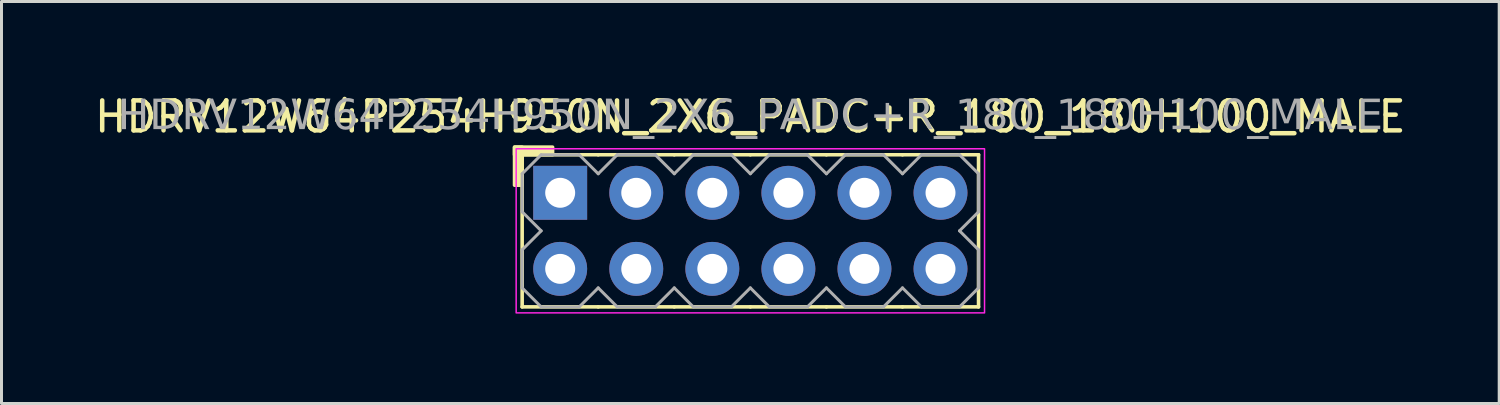
<source format=kicad_pcb>
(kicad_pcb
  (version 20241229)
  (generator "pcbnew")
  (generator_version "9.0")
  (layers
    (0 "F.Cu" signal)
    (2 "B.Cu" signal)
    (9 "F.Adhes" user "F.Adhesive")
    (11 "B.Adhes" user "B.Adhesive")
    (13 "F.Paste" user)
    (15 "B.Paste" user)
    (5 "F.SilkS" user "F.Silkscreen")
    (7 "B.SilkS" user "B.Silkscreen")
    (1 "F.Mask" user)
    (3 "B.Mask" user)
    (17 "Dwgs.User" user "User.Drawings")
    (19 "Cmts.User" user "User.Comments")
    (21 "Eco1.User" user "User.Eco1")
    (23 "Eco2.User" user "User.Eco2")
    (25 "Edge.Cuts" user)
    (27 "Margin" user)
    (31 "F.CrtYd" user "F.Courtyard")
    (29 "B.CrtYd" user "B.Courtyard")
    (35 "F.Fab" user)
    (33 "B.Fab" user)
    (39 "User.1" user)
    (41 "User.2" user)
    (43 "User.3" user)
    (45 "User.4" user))
  (footprint "HDRV12W64P254H950N_2X6_PADC+R_180_180H100_MALE"
    (layer "F.Cu")
    (at 22.006 4.658)
    (property "Reference" "HDRV12W64P254H950N_2X6_PADC+R_180_180H100_MALE" (at 0 -3.81 0) (layer "F.SilkS") (effects (font (size 1 1) (thickness 0.15))))
    (attr through_hole)
    (fp_line (start -7.62 2.54) (end -7.62 -2.54) (stroke (width 0.12) (type solid)) (layer "F.SilkS"))
    (fp_line (start -5.08 -2.54) (end -7.62 -2.54) (stroke (width 0.12) (type solid)) (layer "F.SilkS"))
    (fp_line (start -5.08 2.54) (end -7.62 2.54) (stroke (width 0.12) (type solid)) (layer "F.SilkS"))
    (fp_line (start -2.54 -2.54) (end -5.08 -2.54) (stroke (width 0.12) (type solid)) (layer "F.SilkS"))
    (fp_line (start -2.54 2.54) (end -5.08 2.54) (stroke (width 0.12) (type solid)) (layer "F.SilkS"))
    (fp_line (start 0 -2.54) (end -2.54 -2.54) (stroke (width 0.12) (type solid)) (layer "F.SilkS"))
    (fp_line (start 0 2.54) (end -2.54 2.54) (stroke (width 0.12) (type solid)) (layer "F.SilkS"))
    (fp_line (start 2.54 -2.54) (end 0 -2.54) (stroke (width 0.12) (type solid)) (layer "F.SilkS"))
    (fp_line (start 2.54 2.54) (end 0 2.54) (stroke (width 0.12) (type solid)) (layer "F.SilkS"))
    (fp_line (start 5.08 -2.54) (end 2.54 -2.54) (stroke (width 0.12) (type solid)) (layer "F.SilkS"))
    (fp_line (start 5.08 2.54) (end 2.54 2.54) (stroke (width 0.12) (type solid)) (layer "F.SilkS"))
    (fp_line (start 7.62 -2.54) (end 5.08 -2.54) (stroke (width 0.12) (type solid)) (layer "F.SilkS"))
    (fp_line (start 7.62 2.54) (end 5.08 2.54) (stroke (width 0.12) (type solid)) (layer "F.SilkS"))
    (fp_line (start 7.62 2.54) (end 7.62 -2.54) (stroke (width 0.12) (type solid)) (layer "F.SilkS"))
    (fp_rect (start -7.874 -1.524) (end -7.62 -2.794) (stroke (width 0.12) (type solid)) (fill yes) (layer "F.SilkS"))
    (fp_rect (start -6.604 -2.54) (end -7.874 -2.794) (stroke (width 0.12) (type solid)) (fill yes) (layer "F.SilkS"))
    (fp_rect (start -7.82 -2.74) (end 7.82 2.74) (stroke (width 0.05) (type default)) (fill no) (layer "F.CrtYd"))
    (fp_line (start -7.62 -1.905) (end -7.62 -0.635) (stroke (width 0.1) (type solid)) (layer "F.Fab"))
    (fp_line (start -7.62 -1.905) (end -6.985 -2.54) (stroke (width 0.1) (type solid)) (layer "F.Fab"))
    (fp_line (start -7.62 0.635) (end -7.62 1.905) (stroke (width 0.1) (type solid)) (layer "F.Fab"))
    (fp_line (start -6.985 -2.54) (end -5.715 -2.54) (stroke (width 0.1) (type solid)) (layer "F.Fab"))
    (fp_line (start -6.985 0) (end -7.62 -0.635) (stroke (width 0.1) (type solid)) (layer "F.Fab"))
    (fp_line (start -6.985 0) (end -7.62 0.635) (stroke (width 0.1) (type solid)) (layer "F.Fab"))
    (fp_line (start -6.985 2.54) (end -7.62 1.905) (stroke (width 0.1) (type solid)) (layer "F.Fab"))
    (fp_line (start -5.715 -2.54) (end -5.08 -1.905) (stroke (width 0.1) (type solid)) (layer "F.Fab"))
    (fp_line (start -5.715 2.54) (end -6.985 2.54) (stroke (width 0.1) (type solid)) (layer "F.Fab"))
    (fp_line (start -5.08 -1.905) (end -4.445 -2.54) (stroke (width 0.1) (type solid)) (layer "F.Fab"))
    (fp_line (start -5.08 1.905) (end -5.715 2.54) (stroke (width 0.1) (type solid)) (layer "F.Fab"))
    (fp_line (start -4.445 -2.54) (end -3.175 -2.54) (stroke (width 0.1) (type solid)) (layer "F.Fab"))
    (fp_line (start -4.445 2.54) (end -5.08 1.905) (stroke (width 0.1) (type solid)) (layer "F.Fab"))
    (fp_line (start -3.175 -2.54) (end -2.54 -1.905) (stroke (width 0.1) (type solid)) (layer "F.Fab"))
    (fp_line (start -3.175 2.54) (end -4.445 2.54) (stroke (width 0.1) (type solid)) (layer "F.Fab"))
    (fp_line (start -2.54 -1.905) (end -1.905 -2.54) (stroke (width 0.1) (type solid)) (layer "F.Fab"))
    (fp_line (start -2.54 1.905) (end -3.175 2.54) (stroke (width 0.1) (type solid)) (layer "F.Fab"))
    (fp_line (start -1.905 -2.54) (end -0.635 -2.54) (stroke (width 0.1) (type solid)) (layer "F.Fab"))
    (fp_line (start -1.905 2.54) (end -2.54 1.905) (stroke (width 0.1) (type solid)) (layer "F.Fab"))
    (fp_line (start -0.635 -2.54) (end 0 -1.905) (stroke (width 0.1) (type solid)) (layer "F.Fab"))
    (fp_line (start -0.635 2.54) (end -1.905 2.54) (stroke (width 0.1) (type solid)) (layer "F.Fab"))
    (fp_line (start 0 -1.905) (end 0.635 -2.54) (stroke (width 0.1) (type solid)) (layer "F.Fab"))
    (fp_line (start 0 1.905) (end -0.635 2.54) (stroke (width 0.1) (type solid)) (layer "F.Fab"))
    (fp_line (start 0.635 -2.54) (end 1.905 -2.54) (stroke (width 0.1) (type solid)) (layer "F.Fab"))
    (fp_line (start 0.635 2.54) (end 0 1.905) (stroke (width 0.1) (type solid)) (layer "F.Fab"))
    (fp_line (start 1.905 -2.54) (end 2.54 -1.905) (stroke (width 0.1) (type solid)) (layer "F.Fab"))
    (fp_line (start 1.905 2.54) (end 0.635 2.54) (stroke (width 0.1) (type solid)) (layer "F.Fab"))
    (fp_line (start 2.54 -1.905) (end 3.175 -2.54) (stroke (width 0.1) (type solid)) (layer "F.Fab"))
    (fp_line (start 2.54 1.905) (end 1.905 2.54) (stroke (width 0.1) (type solid)) (layer "F.Fab"))
    (fp_line (start 3.175 -2.54) (end 4.445 -2.54) (stroke (width 0.1) (type solid)) (layer "F.Fab"))
    (fp_line (start 3.175 2.54) (end 2.54 1.905) (stroke (width 0.1) (type solid)) (layer "F.Fab"))
    (fp_line (start 4.445 -2.54) (end 5.08 -1.905) (stroke (width 0.1) (type solid)) (layer "F.Fab"))
    (fp_line (start 4.445 2.54) (end 3.175 2.54) (stroke (width 0.1) (type solid)) (layer "F.Fab"))
    (fp_line (start 5.08 -1.905) (end 5.715 -2.54) (stroke (width 0.1) (type solid)) (layer "F.Fab"))
    (fp_line (start 5.08 1.905) (end 4.445 2.54) (stroke (width 0.1) (type solid)) (layer "F.Fab"))
    (fp_line (start 5.715 -2.54) (end 6.985 -2.54) (stroke (width 0.1) (type solid)) (layer "F.Fab"))
    (fp_line (start 5.715 2.54) (end 5.08 1.905) (stroke (width 0.1) (type solid)) (layer "F.Fab"))
    (fp_line (start 6.985 -2.54) (end 7.62 -1.905) (stroke (width 0.1) (type solid)) (layer "F.Fab"))
    (fp_line (start 6.985 0) (end 7.62 0.635) (stroke (width 0.1) (type solid)) (layer "F.Fab"))
    (fp_line (start 6.985 2.54) (end 5.715 2.54) (stroke (width 0.1) (type solid)) (layer "F.Fab"))
    (fp_line (start 7.62 -1.905) (end 7.62 -0.635) (stroke (width 0.1) (type solid)) (layer "F.Fab"))
    (fp_line (start 7.62 -0.635) (end 6.985 0) (stroke (width 0.1) (type solid)) (layer "F.Fab"))
    (fp_line (start 7.62 0.635) (end 7.62 1.905) (stroke (width 0.1) (type solid)) (layer "F.Fab"))
    (fp_line (start 7.62 1.905) (end 6.985 2.54) (stroke (width 0.1) (type solid)) (layer "F.Fab"))
    (fp_rect (start -6.096 -1.524) (end -6.604 -1.016) (stroke (width 0.1) (type solid)) (fill no) (layer "F.Fab"))
    (fp_rect (start -6.096 1.016) (end -6.604 1.524) (stroke (width 0.1) (type solid)) (fill no) (layer "F.Fab"))
    (fp_rect (start -3.556 -1.524) (end -4.064 -1.016) (stroke (width 0.1) (type solid)) (fill no) (layer "F.Fab"))
    (fp_rect (start -3.556 1.016) (end -4.064 1.524) (stroke (width 0.1) (type solid)) (fill no) (layer "F.Fab"))
    (fp_rect (start -1.016 -1.524) (end -1.524 -1.016) (stroke (width 0.1) (type solid)) (fill no) (layer "F.Fab"))
    (fp_rect (start -1.016 1.016) (end -1.524 1.524) (stroke (width 0.1) (type solid)) (fill no) (layer "F.Fab"))
    (fp_rect (start 1.524 -1.524) (end 1.016 -1.016) (stroke (width 0.1) (type solid)) (fill no) (layer "F.Fab"))
    (fp_rect (start 1.524 1.016) (end 1.016 1.524) (stroke (width 0.1) (type solid)) (fill no) (layer "F.Fab"))
    (fp_rect (start 4.064 -1.524) (end 3.556 -1.016) (stroke (width 0.1) (type solid)) (fill no) (layer "F.Fab"))
    (fp_rect (start 4.064 1.016) (end 3.556 1.524) (stroke (width 0.1) (type solid)) (fill no) (layer "F.Fab"))
    (fp_rect (start 6.604 -1.524) (end 6.096 -1.016) (stroke (width 0.1) (type solid)) (fill no) (layer "F.Fab"))
    (fp_rect (start 6.604 1.016) (end 6.096 1.524) (stroke (width 0.1) (type solid)) (fill no) (layer "F.Fab"))
    (fp_text user "${REFERENCE}" (at 0 -3.81 0) (layer "F.Fab") (effects (font (face "Tahoma") (size 1 1) (thickness 0.15))))
    (pad "1" thru_hole rect (at -6.35 -1.27) (size 1.8 1.8) (drill 1) (layers "*.Cu" "*.Mask"))
    (pad "2" thru_hole circle (at -6.35 1.27) (size 1.8 1.8) (drill 1) (layers "*.Cu" "*.Mask"))
    (pad "3" thru_hole circle (at -3.81 -1.27) (size 1.8 1.8) (drill 1) (layers "*.Cu" "*.Mask"))
    (pad "4" thru_hole circle (at -3.81 1.27) (size 1.8 1.8) (drill 1) (layers "*.Cu" "*.Mask"))
    (pad "5" thru_hole circle (at -1.27 -1.27) (size 1.8 1.8) (drill 1) (layers "*.Cu" "*.Mask"))
    (pad "6" thru_hole circle (at -1.27 1.27) (size 1.8 1.8) (drill 1) (layers "*.Cu" "*.Mask"))
    (pad "7" thru_hole circle (at 1.27 -1.27) (size 1.8 1.8) (drill 1) (layers "*.Cu" "*.Mask"))
    (pad "8" thru_hole circle (at 1.27 1.27) (size 1.8 1.8) (drill 1) (layers "*.Cu" "*.Mask"))
    (pad "9" thru_hole circle (at 3.81 -1.27) (size 1.8 1.8) (drill 1) (layers "*.Cu" "*.Mask"))
    (pad "10" thru_hole circle (at 3.81 1.27) (size 1.8 1.8) (drill 1) (layers "*.Cu" "*.Mask"))
    (pad "11" thru_hole circle (at 6.35 -1.27) (size 1.8 1.8) (drill 1) (layers "*.Cu" "*.Mask"))
    (pad "12" thru_hole circle (at 6.35 1.27) (size 1.8 1.8) (drill 1) (layers "*.Cu" "*.Mask")))
  (gr_rect
    (start -3 -3)
    (end 47.012 10.423)
    (stroke (width 0.1) (type default))
    (fill no)
    (layer "Edge.Cuts")))
</source>
